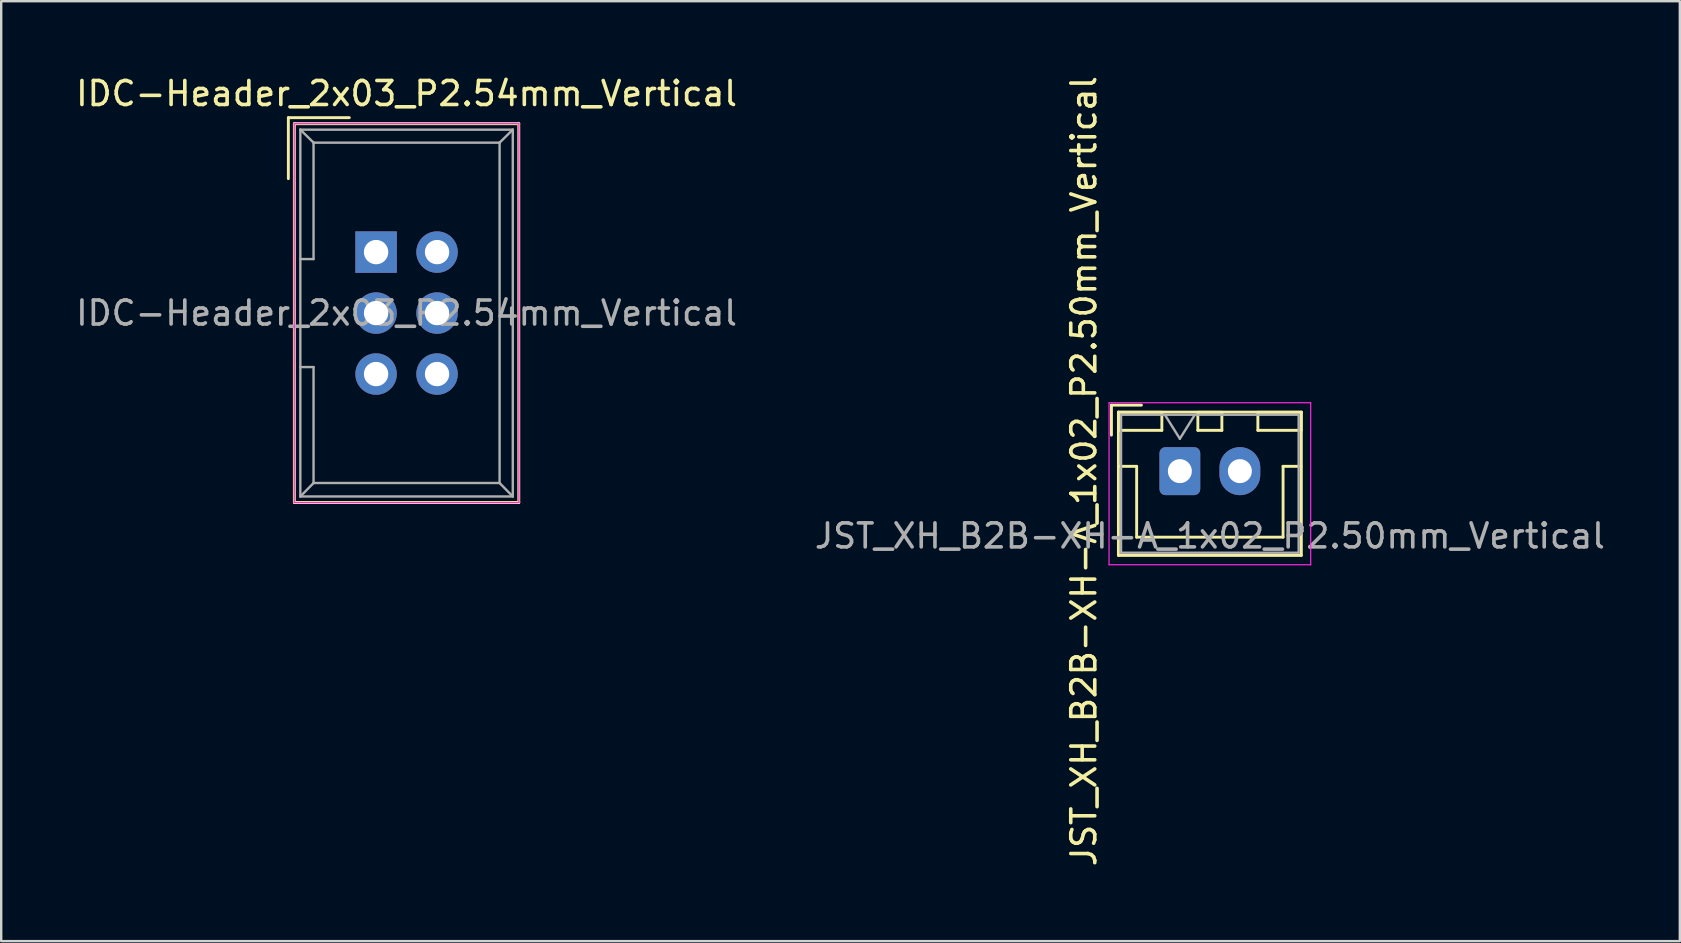
<source format=kicad_pcb>
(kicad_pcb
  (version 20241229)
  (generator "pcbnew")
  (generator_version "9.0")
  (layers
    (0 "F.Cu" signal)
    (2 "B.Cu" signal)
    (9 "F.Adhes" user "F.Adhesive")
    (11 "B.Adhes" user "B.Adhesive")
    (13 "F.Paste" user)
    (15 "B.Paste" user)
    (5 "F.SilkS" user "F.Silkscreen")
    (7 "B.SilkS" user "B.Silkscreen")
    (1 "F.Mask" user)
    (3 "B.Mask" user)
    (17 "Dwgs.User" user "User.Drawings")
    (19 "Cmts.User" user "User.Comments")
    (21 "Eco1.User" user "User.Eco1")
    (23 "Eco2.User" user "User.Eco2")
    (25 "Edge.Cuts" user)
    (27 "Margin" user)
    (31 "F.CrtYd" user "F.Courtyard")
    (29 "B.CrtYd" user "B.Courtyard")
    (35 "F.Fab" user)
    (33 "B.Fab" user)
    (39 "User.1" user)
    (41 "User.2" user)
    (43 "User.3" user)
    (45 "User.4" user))
  (footprint "JST_XH_B2B-XH-A_1x02_P2.50mm_Vertical"
    (layer "F.Cu")
    (at 46.101 16.577)
    (property "Reference" "JST_XH_B2B-XH-A_1x02_P2.50mm_Vertical" (at -4 0 90) (layer "F.SilkS") (effects (font (size 1 1) (thickness 0.15))))
    (attr through_hole)
    (fp_line (start -2.85 -2.75) (end -2.85 -1.5) (stroke (width 0.12) (type solid)) (layer "F.SilkS"))
    (fp_line (start -2.56 -2.46) (end -2.56 3.51) (stroke (width 0.12) (type solid)) (layer "F.SilkS"))
    (fp_line (start -2.56 3.51) (end 5.06 3.51) (stroke (width 0.12) (type solid)) (layer "F.SilkS"))
    (fp_line (start -2.55 -2.45) (end -2.55 -1.7) (stroke (width 0.12) (type solid)) (layer "F.SilkS"))
    (fp_line (start -2.55 -1.7) (end -0.75 -1.7) (stroke (width 0.12) (type solid)) (layer "F.SilkS"))
    (fp_line (start -2.55 -0.2) (end -1.8 -0.2) (stroke (width 0.12) (type solid)) (layer "F.SilkS"))
    (fp_line (start -1.8 -0.2) (end -1.8 2.75) (stroke (width 0.12) (type solid)) (layer "F.SilkS"))
    (fp_line (start -1.8 2.75) (end 1.25 2.75) (stroke (width 0.12) (type solid)) (layer "F.SilkS"))
    (fp_line (start -1.6 -2.75) (end -2.85 -2.75) (stroke (width 0.12) (type solid)) (layer "F.SilkS"))
    (fp_line (start -0.75 -2.45) (end -2.55 -2.45) (stroke (width 0.12) (type solid)) (layer "F.SilkS"))
    (fp_line (start -0.75 -1.7) (end -0.75 -2.45) (stroke (width 0.12) (type solid)) (layer "F.SilkS"))
    (fp_line (start 0.75 -2.45) (end 0.75 -1.7) (stroke (width 0.12) (type solid)) (layer "F.SilkS"))
    (fp_line (start 0.75 -1.7) (end 1.75 -1.7) (stroke (width 0.12) (type solid)) (layer "F.SilkS"))
    (fp_line (start 1.75 -2.45) (end 0.75 -2.45) (stroke (width 0.12) (type solid)) (layer "F.SilkS"))
    (fp_line (start 1.75 -1.7) (end 1.75 -2.45) (stroke (width 0.12) (type solid)) (layer "F.SilkS"))
    (fp_line (start 3.25 -2.45) (end 3.25 -1.7) (stroke (width 0.12) (type solid)) (layer "F.SilkS"))
    (fp_line (start 3.25 -1.7) (end 5.05 -1.7) (stroke (width 0.12) (type solid)) (layer "F.SilkS"))
    (fp_line (start 4.3 -0.2) (end 4.3 2.75) (stroke (width 0.12) (type solid)) (layer "F.SilkS"))
    (fp_line (start 4.3 2.75) (end 1.25 2.75) (stroke (width 0.12) (type solid)) (layer "F.SilkS"))
    (fp_line (start 5.05 -2.45) (end 3.25 -2.45) (stroke (width 0.12) (type solid)) (layer "F.SilkS"))
    (fp_line (start 5.05 -1.7) (end 5.05 -2.45) (stroke (width 0.12) (type solid)) (layer "F.SilkS"))
    (fp_line (start 5.05 -0.2) (end 4.3 -0.2) (stroke (width 0.12) (type solid)) (layer "F.SilkS"))
    (fp_line (start 5.06 -2.46) (end -2.56 -2.46) (stroke (width 0.12) (type solid)) (layer "F.SilkS"))
    (fp_line (start 5.06 3.51) (end 5.06 -2.46) (stroke (width 0.12) (type solid)) (layer "F.SilkS"))
    (fp_line (start -2.95 -2.85) (end -2.95 3.9) (stroke (width 0.05) (type solid)) (layer "F.CrtYd"))
    (fp_line (start -2.95 3.9) (end 5.45 3.9) (stroke (width 0.05) (type solid)) (layer "F.CrtYd"))
    (fp_line (start 5.45 -2.85) (end -2.95 -2.85) (stroke (width 0.05) (type solid)) (layer "F.CrtYd"))
    (fp_line (start 5.45 3.9) (end 5.45 -2.85) (stroke (width 0.05) (type solid)) (layer "F.CrtYd"))
    (fp_line (start -2.45 -2.35) (end -2.45 3.4) (stroke (width 0.1) (type solid)) (layer "F.Fab"))
    (fp_line (start -2.45 3.4) (end 4.95 3.4) (stroke (width 0.1) (type solid)) (layer "F.Fab"))
    (fp_line (start -0.625 -2.35) (end 0 -1.35) (stroke (width 0.1) (type solid)) (layer "F.Fab"))
    (fp_line (start 0 -1.35) (end 0.625 -2.35) (stroke (width 0.1) (type solid)) (layer "F.Fab"))
    (fp_line (start 4.95 -2.35) (end -2.45 -2.35) (stroke (width 0.1) (type solid)) (layer "F.Fab"))
    (fp_line (start 4.95 3.4) (end 4.95 -2.35) (stroke (width 0.1) (type solid)) (layer "F.Fab"))
    (fp_text user "${REFERENCE}" (at 1.25 2.7 0) (layer "F.Fab") (effects (font (size 1 1) (thickness 0.15))))
    (pad "1" thru_hole roundrect (at 0 0) (size 1.7 2) (drill 1) (layers "*.Cu" "*.Mask") (roundrect_rratio 0.147))
    (pad "2" thru_hole oval (at 2.5 0) (size 1.7 2) (drill 1) (layers "*.Cu" "*.Mask")))
  (footprint "IDC-Header_2x03_P2.54mm_Vertical"
    (layer "F.Cu")
    (at 12.617 7.452)
    (property "Reference" "IDC-Header_2x03_P2.54mm_Vertical" (at 1.27 -6.604 0) (layer "F.SilkS") (effects (font (size 1 1) (thickness 0.15))))
    (attr through_hole)
    (fp_line (start -3.655 -5.6) (end -3.655 -3.06) (stroke (width 0.12) (type solid)) (layer "F.SilkS"))
    (fp_line (start -3.655 -5.6) (end -1.115 -5.6) (stroke (width 0.12) (type solid)) (layer "F.SilkS"))
    (fp_line (start -3.405 -5.35) (end 5.945 -5.35) (stroke (width 0.12) (type solid)) (layer "F.SilkS"))
    (fp_line (start -3.405 10.43) (end -3.405 -5.35) (stroke (width 0.12) (type solid)) (layer "F.SilkS"))
    (fp_line (start 5.945 -5.35) (end 5.945 10.43) (stroke (width 0.12) (type solid)) (layer "F.SilkS"))
    (fp_line (start 5.945 10.43) (end -3.405 10.43) (stroke (width 0.12) (type solid)) (layer "F.SilkS"))
    (fp_line (start -3.41 -5.35) (end 5.95 -5.35) (stroke (width 0.05) (type solid)) (layer "F.CrtYd"))
    (fp_line (start -3.41 10.43) (end -3.41 -5.35) (stroke (width 0.05) (type solid)) (layer "F.CrtYd"))
    (fp_line (start 5.95 -5.35) (end 5.95 10.43) (stroke (width 0.05) (type solid)) (layer "F.CrtYd"))
    (fp_line (start 5.95 10.43) (end -3.41 10.43) (stroke (width 0.05) (type solid)) (layer "F.CrtYd"))
    (fp_line (start -3.155 -5.1) (end -3.155 10.18) (stroke (width 0.1) (type solid)) (layer "F.Fab"))
    (fp_line (start -3.155 -5.1) (end -2.605 -4.56) (stroke (width 0.1) (type solid)) (layer "F.Fab"))
    (fp_line (start -3.155 10.18) (end -2.605 9.62) (stroke (width 0.1) (type solid)) (layer "F.Fab"))
    (fp_line (start -2.605 -4.56) (end -2.605 0.29) (stroke (width 0.1) (type solid)) (layer "F.Fab"))
    (fp_line (start -2.605 0.29) (end -3.155 0.29) (stroke (width 0.1) (type solid)) (layer "F.Fab"))
    (fp_line (start -2.605 4.79) (end -3.155 4.79) (stroke (width 0.1) (type solid)) (layer "F.Fab"))
    (fp_line (start -2.605 4.79) (end -2.605 9.62) (stroke (width 0.1) (type solid)) (layer "F.Fab"))
    (fp_line (start 5.145 -4.56) (end -2.605 -4.56) (stroke (width 0.1) (type solid)) (layer "F.Fab"))
    (fp_line (start 5.145 -4.56) (end 5.145 9.62) (stroke (width 0.1) (type solid)) (layer "F.Fab"))
    (fp_line (start 5.145 9.62) (end -2.605 9.62) (stroke (width 0.1) (type solid)) (layer "F.Fab"))
    (fp_line (start 5.695 -5.1) (end -3.155 -5.1) (stroke (width 0.1) (type solid)) (layer "F.Fab"))
    (fp_line (start 5.695 -5.1) (end 5.145 -4.56) (stroke (width 0.1) (type solid)) (layer "F.Fab"))
    (fp_line (start 5.695 -5.1) (end 5.695 10.18) (stroke (width 0.1) (type solid)) (layer "F.Fab"))
    (fp_line (start 5.695 10.18) (end -3.155 10.18) (stroke (width 0.1) (type solid)) (layer "F.Fab"))
    (fp_line (start 5.695 10.18) (end 5.145 9.62) (stroke (width 0.1) (type solid)) (layer "F.Fab"))
    (fp_text user "${REFERENCE}" (at 1.27 2.54 0) (layer "F.Fab") (effects (font (size 1 1) (thickness 0.15))))
    (pad "1" thru_hole rect (at 0 0) (size 1.727 1.727) (drill 1.016) (layers "*.Cu" "*.Mask"))
    (pad "2" thru_hole oval (at 2.54 0) (size 1.727 1.727) (drill 1.016) (layers "*.Cu" "*.Mask"))
    (pad "3" thru_hole oval (at 0 2.54) (size 1.727 1.727) (drill 1.016) (layers "*.Cu" "*.Mask"))
    (pad "4" thru_hole oval (at 2.54 2.54) (size 1.727 1.727) (drill 1.016) (layers "*.Cu" "*.Mask"))
    (pad "5" thru_hole oval (at 0 5.08) (size 1.727 1.727) (drill 1.016) (layers "*.Cu" "*.Mask"))
    (pad "6" thru_hole oval (at 2.54 5.08) (size 1.727 1.727) (drill 1.016) (layers "*.Cu" "*.Mask")))
  (gr_rect
    (start -3 -3)
    (end 66.929 36.155)
    (stroke (width 0.1) (type default))
    (fill no)
    (layer "Edge.Cuts")))
</source>
